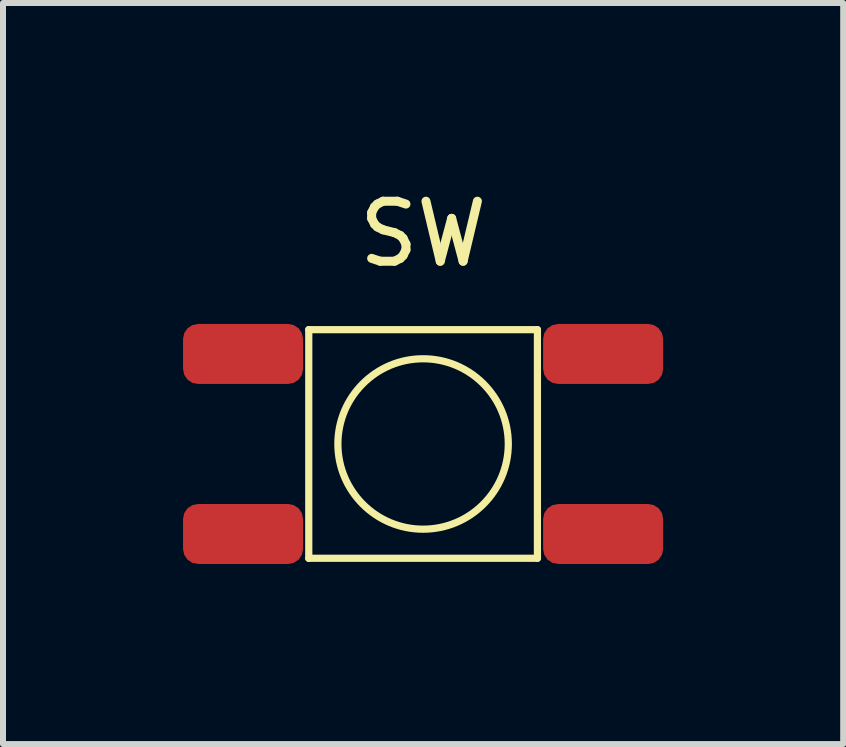
<source format=kicad_pcb>
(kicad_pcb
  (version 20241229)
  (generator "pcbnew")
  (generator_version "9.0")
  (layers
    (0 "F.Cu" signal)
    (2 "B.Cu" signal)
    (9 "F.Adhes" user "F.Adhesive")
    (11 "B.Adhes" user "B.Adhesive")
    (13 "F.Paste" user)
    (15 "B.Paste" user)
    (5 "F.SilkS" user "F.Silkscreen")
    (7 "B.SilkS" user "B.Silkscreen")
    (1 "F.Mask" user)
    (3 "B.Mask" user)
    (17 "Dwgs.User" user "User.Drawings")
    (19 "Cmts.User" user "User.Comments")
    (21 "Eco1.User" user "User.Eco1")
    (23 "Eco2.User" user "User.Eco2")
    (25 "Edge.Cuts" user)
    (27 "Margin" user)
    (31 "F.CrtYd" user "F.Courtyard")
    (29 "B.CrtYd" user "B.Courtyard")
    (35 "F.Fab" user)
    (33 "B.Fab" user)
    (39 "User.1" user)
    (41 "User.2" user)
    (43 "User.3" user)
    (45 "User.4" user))
  (footprint "SW"
    (layer "F.Cu")
    (at 4 4.348)
    (property "Reference" "SW" (at 0 -3.5 0) (layer "F.SilkS") (effects (font (size 1 1) (thickness 0.15))))
    (attr through_hole)
    (fp_line (start -1.905 -1.905) (end 1.905 -1.905) (stroke (width 0.12) (type solid)) (layer "F.SilkS"))
    (fp_line (start -1.905 1.905) (end -1.905 -1.905) (stroke (width 0.12) (type solid)) (layer "F.SilkS"))
    (fp_line (start 1.905 -1.905) (end 1.905 1.905) (stroke (width 0.12) (type solid)) (layer "F.SilkS"))
    (fp_line (start 1.905 1.905) (end -1.905 1.905) (stroke (width 0.12) (type solid)) (layer "F.SilkS"))
    (fp_circle (center 0 0) (end -1.27 -0.635) (stroke (width 0.12) (type solid)) (fill no) (layer "F.SilkS"))
    (pad "1" smd roundrect (at -3 -1.5) (size 2 1) (layers "F.Cu" "F.Mask" "F.Paste") (roundrect_rratio 0.25))
    (pad "1" smd roundrect (at 3 -1.5) (size 2 1) (layers "F.Cu" "F.Mask" "F.Paste") (roundrect_rratio 0.25))
    (pad "2" smd roundrect (at -3 1.5) (size 2 1) (layers "F.Cu" "F.Mask" "F.Paste") (roundrect_rratio 0.25))
    (pad "2" smd roundrect (at 3 1.5) (size 2 1) (layers "F.Cu" "F.Mask" "F.Paste") (roundrect_rratio 0.25)))
  (gr_rect
    (start -3 -3)
    (end 11 9.348)
    (stroke (width 0.1) (type default))
    (fill no)
    (layer "Edge.Cuts")))
</source>
